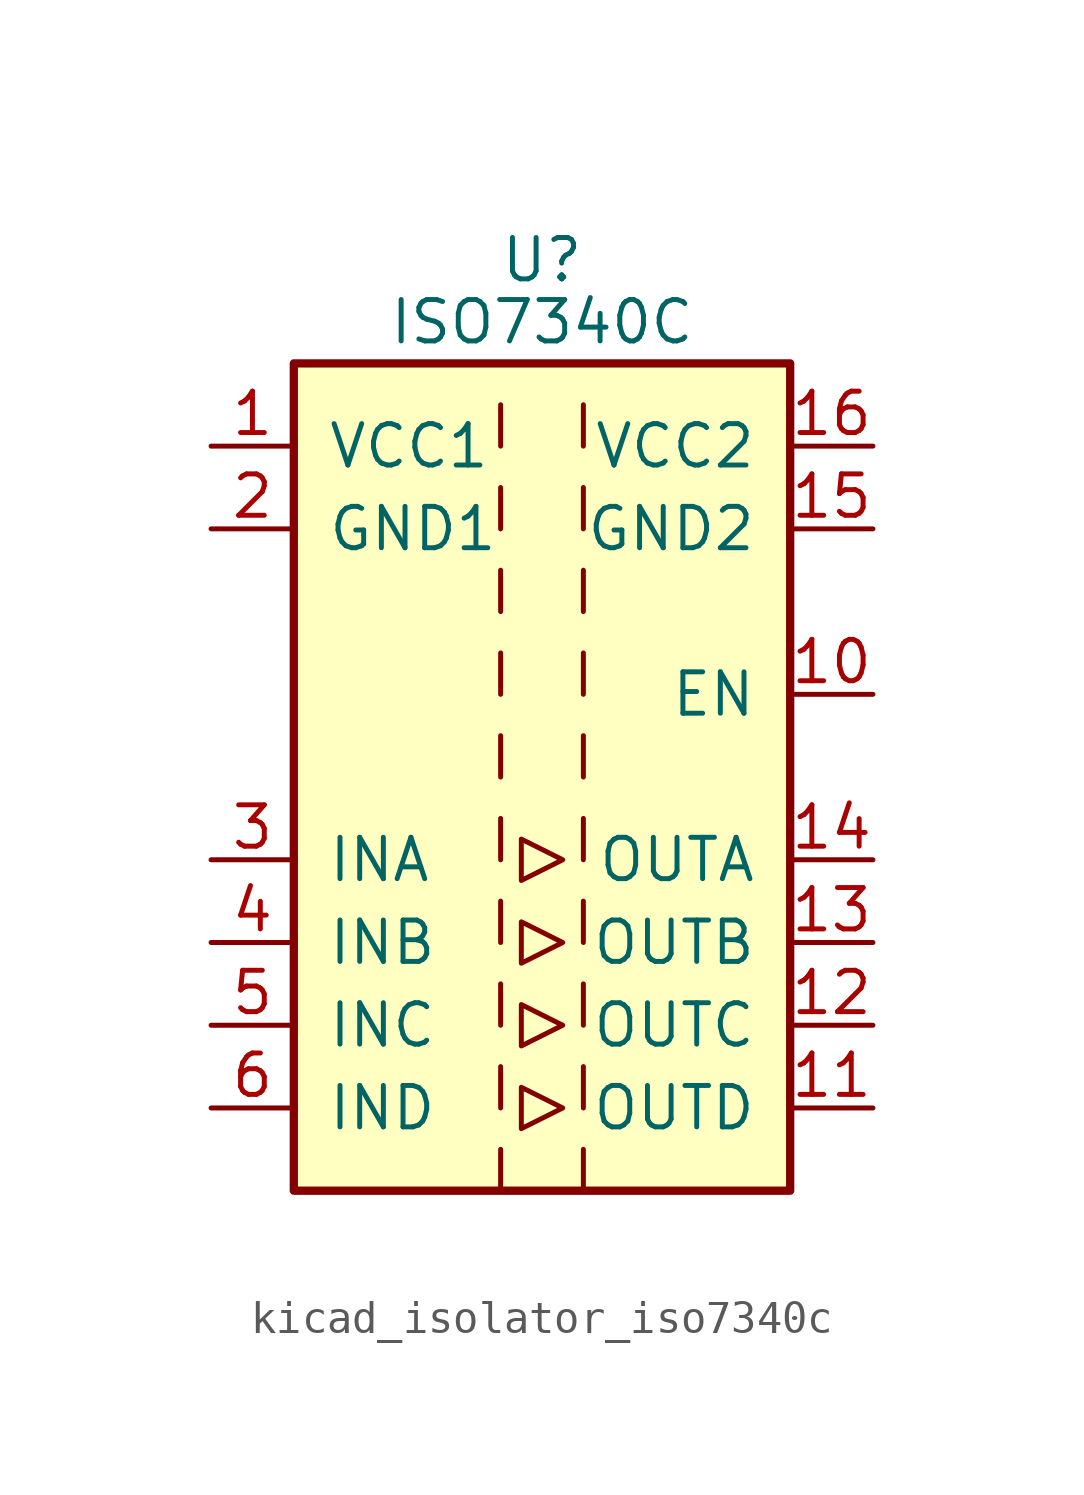
<source format=kicad_sym>
(kicad_symbol_lib
  (version 20220914)
  (generator kicad_symbol_editor)
  (symbol "kicad_isolator_iso7340c"
    (pin_names
      (offset 1.016))
    (property "Reference" "U"
      (at 0 15.875 0)
      (effects (font (size 1.27 1.27))))
    (property "Value" "ISO7340C"
      (at 0 13.97 0)
      (effects (font (size 1.27 1.27))))
    (symbol "kicad_isolator_iso7340c_0_1"
      (rectangle (start -7.62 12.7) (end 7.62 -12.7) (stroke (width 0.254) (type default)) (fill (type background)))
      (polyline (pts (xy -1.27 -11.43) (xy -1.27 -12.7)) (stroke (width 0) (type default)) (fill (type none)))
      (polyline (pts (xy -1.27 -8.89) (xy -1.27 -10.16)) (stroke (width 0) (type default)) (fill (type none)))
      (polyline (pts (xy -1.27 -6.35) (xy -1.27 -7.62)) (stroke (width 0) (type default)) (fill (type none)))
      (polyline (pts (xy -1.27 -3.81) (xy -1.27 -5.08)) (stroke (width 0) (type default)) (fill (type none)))
      (polyline (pts (xy -1.27 -1.27) (xy -1.27 -2.54)) (stroke (width 0) (type default)) (fill (type none)))
      (polyline (pts (xy -1.27 1.27) (xy -1.27 0)) (stroke (width 0) (type default)) (fill (type none)))
      (polyline (pts (xy -1.27 3.81) (xy -1.27 2.54)) (stroke (width 0) (type default)) (fill (type none)))
      (polyline (pts (xy -1.27 6.35) (xy -1.27 5.08)) (stroke (width 0) (type default)) (fill (type none)))
      (polyline (pts (xy -1.27 8.89) (xy -1.27 7.62)) (stroke (width 0) (type default)) (fill (type none)))
      (polyline (pts (xy -1.27 11.43) (xy -1.27 10.16)) (stroke (width 0) (type default)) (fill (type none)))
      (polyline (pts (xy 1.27 -11.43) (xy 1.27 -12.7)) (stroke (width 0) (type default)) (fill (type none)))
      (polyline (pts (xy 1.27 -8.89) (xy 1.27 -10.16)) (stroke (width 0) (type default)) (fill (type none)))
      (polyline (pts (xy 1.27 -6.35) (xy 1.27 -7.62)) (stroke (width 0) (type default)) (fill (type none)))
      (polyline (pts (xy 1.27 -3.81) (xy 1.27 -5.08)) (stroke (width 0) (type default)) (fill (type none)))
      (polyline (pts (xy 1.27 -1.27) (xy 1.27 -2.54)) (stroke (width 0) (type default)) (fill (type none)))
      (polyline (pts (xy 1.27 1.27) (xy 1.27 0)) (stroke (width 0) (type default)) (fill (type none)))
      (polyline (pts (xy 1.27 3.81) (xy 1.27 2.54)) (stroke (width 0) (type default)) (fill (type none)))
      (polyline (pts (xy 1.27 6.35) (xy 1.27 5.08)) (stroke (width 0) (type default)) (fill (type none)))
      (polyline (pts (xy 1.27 8.89) (xy 1.27 7.62)) (stroke (width 0) (type default)) (fill (type none)))
      (polyline (pts (xy 1.27 11.43) (xy 1.27 10.16)) (stroke (width 0) (type default)) (fill (type none)))
      (polyline (pts (xy -0.635 -9.525) (xy -0.635 -10.795) (xy 0.635 -10.16) (xy -0.635 -9.525)) (stroke (width 0) (type default)) (fill (type none)))
      (polyline (pts (xy -0.635 -6.985) (xy -0.635 -8.255) (xy 0.635 -7.62) (xy -0.635 -6.985)) (stroke (width 0) (type default)) (fill (type none)))
      (polyline (pts (xy -0.635 -4.445) (xy -0.635 -5.715) (xy 0.635 -5.08) (xy -0.635 -4.445)) (stroke (width 0) (type default)) (fill (type none)))
      (polyline (pts (xy -0.635 -1.905) (xy -0.635 -3.175) (xy 0.635 -2.54) (xy -0.635 -1.905)) (stroke (width 0) (type default)) (fill (type none))))
    (symbol "kicad_isolator_iso7340c_1_1"
      (pin power_in line (at -10.16 10.16 0) (length 2.54) (name "VCC1" (effects (font (size 1.27 1.27)))) (number "1" (effects (font (size 1.27 1.27)))))
      (pin input line (at 10.16 2.54 180) (length 2.54) (name "EN" (effects (font (size 1.27 1.27)))) (number "10" (effects (font (size 1.27 1.27)))))
      (pin output line (at 10.16 -10.16 180) (length 2.54) (name "OUTD" (effects (font (size 1.27 1.27)))) (number "11" (effects (font (size 1.27 1.27)))))
      (pin output line (at 10.16 -7.62 180) (length 2.54) (name "OUTC" (effects (font (size 1.27 1.27)))) (number "12" (effects (font (size 1.27 1.27)))))
      (pin output line (at 10.16 -5.08 180) (length 2.54) (name "OUTB" (effects (font (size 1.27 1.27)))) (number "13" (effects (font (size 1.27 1.27)))))
      (pin output line (at 10.16 -2.54 180) (length 2.54) (name "OUTA" (effects (font (size 1.27 1.27)))) (number "14" (effects (font (size 1.27 1.27)))))
      (pin power_in line (at 10.16 7.62 180) (length 2.54) (name "GND2" (effects (font (size 1.27 1.27)))) (number "15" (effects (font (size 1.27 1.27)))))
      (pin power_in line (at 10.16 10.16 180) (length 2.54) (name "VCC2" (effects (font (size 1.27 1.27)))) (number "16" (effects (font (size 1.27 1.27)))))
      (pin power_in line (at -10.16 7.62 0) (length 2.54) (name "GND1" (effects (font (size 1.27 1.27)))) (number "2" (effects (font (size 1.27 1.27)))))
      (pin input line (at -10.16 -2.54 0) (length 2.54) (name "INA" (effects (font (size 1.27 1.27)))) (number "3" (effects (font (size 1.27 1.27)))))
      (pin input line (at -10.16 -5.08 0) (length 2.54) (name "INB" (effects (font (size 1.27 1.27)))) (number "4" (effects (font (size 1.27 1.27)))))
      (pin input line (at -10.16 -7.62 0) (length 2.54) (name "INC" (effects (font (size 1.27 1.27)))) (number "5" (effects (font (size 1.27 1.27)))))
      (pin input line (at -10.16 -10.16 0) (length 2.54) (name "IND" (effects (font (size 1.27 1.27)))) (number "6" (effects (font (size 1.27 1.27)))))
      (pin passive line (at -10.16 7.62 0) (length 2.54) hide (name "GND1" (effects (font (size 1.27 1.27)))) (number "8" (effects (font (size 1.27 1.27)))))
      (pin passive line (at 10.16 7.62 180) (length 2.54) hide (name "GND2" (effects (font (size 1.27 1.27)))) (number "9" (effects (font (size 1.27 1.27))))))))
</source>
